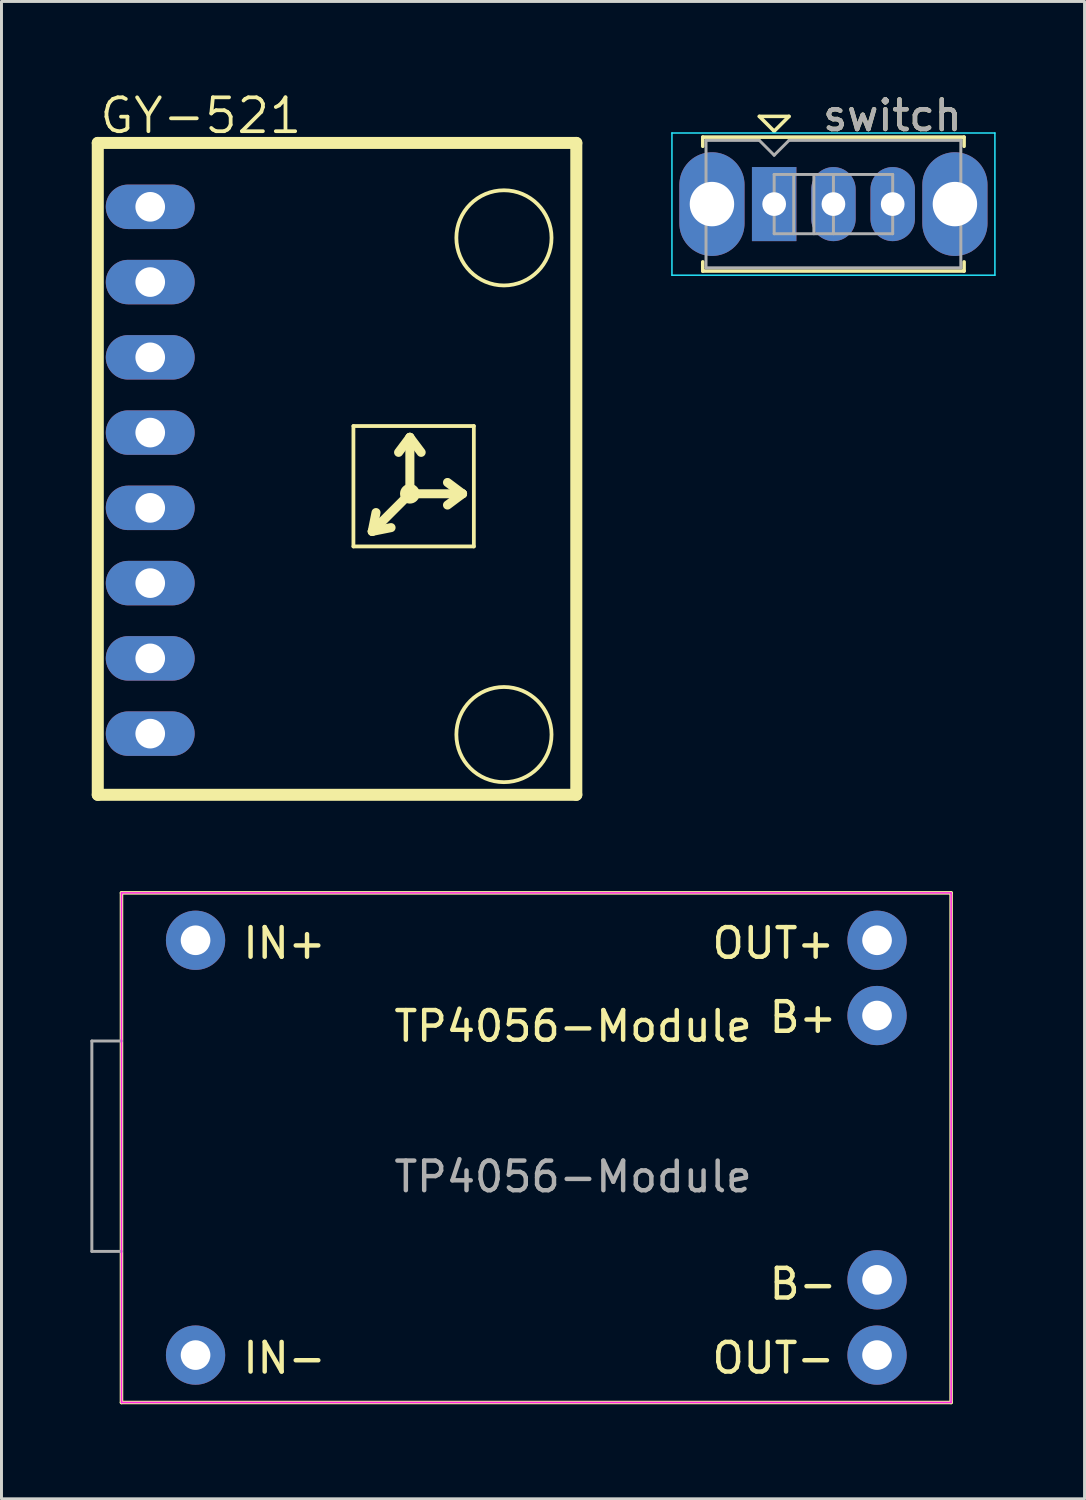
<source format=kicad_pcb>
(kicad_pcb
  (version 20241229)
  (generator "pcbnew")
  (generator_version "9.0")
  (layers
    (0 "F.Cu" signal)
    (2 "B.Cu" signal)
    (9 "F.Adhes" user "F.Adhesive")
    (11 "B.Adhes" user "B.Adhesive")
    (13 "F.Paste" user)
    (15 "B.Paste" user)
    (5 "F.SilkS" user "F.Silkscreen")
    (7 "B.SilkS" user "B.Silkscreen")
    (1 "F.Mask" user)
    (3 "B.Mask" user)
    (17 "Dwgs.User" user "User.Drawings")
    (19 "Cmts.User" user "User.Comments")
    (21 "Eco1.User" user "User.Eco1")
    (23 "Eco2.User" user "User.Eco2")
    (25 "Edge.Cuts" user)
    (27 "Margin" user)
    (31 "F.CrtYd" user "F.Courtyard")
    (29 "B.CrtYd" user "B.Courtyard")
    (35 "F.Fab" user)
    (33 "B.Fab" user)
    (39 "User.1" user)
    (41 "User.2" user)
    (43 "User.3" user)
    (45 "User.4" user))
  (footprint "switch"
    (layer "F.Cu")
    (at 23.078 3.838)
    (property "Reference" "switch" (at 3.99 -2.99 0) (layer "F.SilkS") (effects (font (size 1 1) (thickness 0.15))))
    (attr through_hole)
    (fp_line (start -2.41 -2.26) (end 6.41 -2.26) (stroke (width 0.12) (type solid)) (layer "F.SilkS"))
    (fp_line (start -2.41 -1.95) (end -2.41 -2.26) (stroke (width 0.12) (type solid)) (layer "F.SilkS"))
    (fp_line (start -2.41 2.26) (end -2.41 1.95) (stroke (width 0.12) (type solid)) (layer "F.SilkS"))
    (fp_line (start -0.5 -2.96) (end 0 -2.46) (stroke (width 0.12) (type solid)) (layer "F.SilkS"))
    (fp_line (start 0 -2.46) (end 0.5 -2.96) (stroke (width 0.12) (type solid)) (layer "F.SilkS"))
    (fp_line (start 0.5 -2.96) (end -0.5 -2.96) (stroke (width 0.12) (type solid)) (layer "F.SilkS"))
    (fp_line (start 6.41 -2.26) (end 6.41 -1.95) (stroke (width 0.12) (type solid)) (layer "F.SilkS"))
    (fp_line (start 6.41 2.26) (end -2.41 2.26) (stroke (width 0.12) (type solid)) (layer "F.SilkS"))
    (fp_line (start 6.41 2.26) (end 6.41 1.95) (stroke (width 0.12) (type solid)) (layer "F.SilkS"))
    (fp_line (start -3.45 -2.4) (end 7.45 -2.4) (stroke (width 0.05) (type solid)) (layer "B.CrtYd"))
    (fp_line (start -3.45 2.4) (end -3.45 -2.4) (stroke (width 0.05) (type solid)) (layer "B.CrtYd"))
    (fp_line (start 7.45 -2.4) (end 7.45 2.4) (stroke (width 0.05) (type solid)) (layer "B.CrtYd"))
    (fp_line (start 7.45 2.4) (end -3.45 2.4) (stroke (width 0.05) (type solid)) (layer "B.CrtYd"))
    (fp_line (start -2.3 -2.15) (end -0.5 -2.15) (stroke (width 0.1) (type solid)) (layer "F.Fab"))
    (fp_line (start -2.3 2.15) (end -2.3 -2.15) (stroke (width 0.1) (type solid)) (layer "F.Fab"))
    (fp_line (start -0.5 -2.15) (end 0 -1.65) (stroke (width 0.1) (type solid)) (layer "F.Fab"))
    (fp_line (start 0 -1.65) (end 0.5 -2.15) (stroke (width 0.1) (type solid)) (layer "F.Fab"))
    (fp_line (start 0 -1) (end 0 1) (stroke (width 0.1) (type solid)) (layer "F.Fab"))
    (fp_line (start 0 -1) (end 4 -1) (stroke (width 0.1) (type solid)) (layer "F.Fab"))
    (fp_line (start 0 1) (end 4 1) (stroke (width 0.1) (type solid)) (layer "F.Fab"))
    (fp_line (start 0.5 -2.15) (end 6.3 -2.15) (stroke (width 0.1) (type solid)) (layer "F.Fab"))
    (fp_line (start 0.66 -1) (end 0.66 1) (stroke (width 0.1) (type solid)) (layer "F.Fab"))
    (fp_line (start 1.34 -1) (end 1.34 1) (stroke (width 0.1) (type solid)) (layer "F.Fab"))
    (fp_line (start 2 -1) (end 2 1) (stroke (width 0.1) (type solid)) (layer "F.Fab"))
    (fp_line (start 4 -1) (end 4 1) (stroke (width 0.1) (type solid)) (layer "F.Fab"))
    (fp_line (start 6.3 -2.15) (end 6.3 2.15) (stroke (width 0.1) (type solid)) (layer "F.Fab"))
    (fp_line (start 6.3 2.15) (end -2.3 2.15) (stroke (width 0.1) (type solid)) (layer "F.Fab"))
    (fp_text user "${REFERENCE}" (at 3.99 -2.99 0) (layer "F.Fab") (effects (font (size 1 1) (thickness 0.15))))
    (pad "" thru_hole oval (at -2.1 0) (size 2.2 3.5) (drill 1.5) (layers "*.Cu" "*.Mask"))
    (pad "" thru_hole oval (at 6.1 0) (size 2.2 3.5) (drill 1.5) (layers "*.Cu" "*.Mask"))
    (pad "1" thru_hole rect (at 0 0) (size 1.5 2.5) (drill 0.8) (layers "*.Cu" "*.Mask"))
    (pad "2" thru_hole oval (at 2 0) (size 1.5 2.5) (drill 0.8) (layers "*.Cu" "*.Mask"))
    (pad "3" thru_hole oval (at 4 0) (size 1.5 2.5) (drill 0.8) (layers "*.Cu" "*.Mask")))
  (footprint "GY-521"
    (layer "F.Cu")
    (at 0.25 23.774)
    (property "Reference" "GY-521" (at -0.008 -22.25 0) (unlocked yes) (layer "F.SilkS") (effects (font (size 1.143 1.143) (thickness 0.127)) (justify left bottom)))
    (fp_line (start 0 -22) (end 0 0) (stroke (width 0.406) (type solid)) (layer "F.SilkS"))
    (fp_line (start 0 0) (end 16.15 0) (stroke (width 0.406) (type solid)) (layer "F.SilkS"))
    (fp_line (start 8.628 -12.446) (end 8.628 -8.382) (stroke (width 0.127) (type solid)) (layer "F.SilkS"))
    (fp_line (start 8.628 -8.382) (end 12.692 -8.382) (stroke (width 0.127) (type solid)) (layer "F.SilkS"))
    (fp_line (start 9.263 -8.89) (end 9.39 -9.525) (stroke (width 0.305) (type solid)) (layer "F.SilkS"))
    (fp_line (start 9.263 -8.89) (end 9.898 -9.017) (stroke (width 0.305) (type solid)) (layer "F.SilkS"))
    (fp_line (start 10.533 -12.065) (end 10.152 -11.557) (stroke (width 0.305) (type solid)) (layer "F.SilkS"))
    (fp_line (start 10.533 -10.16) (end 9.263 -8.89) (stroke (width 0.305) (type solid)) (layer "F.SilkS"))
    (fp_line (start 10.533 -10.16) (end 10.533 -12.065) (stroke (width 0.305) (type solid)) (layer "F.SilkS"))
    (fp_line (start 10.533 -10.16) (end 12.311 -10.16) (stroke (width 0.305) (type solid)) (layer "F.SilkS"))
    (fp_line (start 10.914 -11.557) (end 10.533 -12.065) (stroke (width 0.305) (type solid)) (layer "F.SilkS"))
    (fp_line (start 11.803 -10.541) (end 12.311 -10.16) (stroke (width 0.305) (type solid)) (layer "F.SilkS"))
    (fp_line (start 12.311 -10.16) (end 11.803 -9.779) (stroke (width 0.305) (type solid)) (layer "F.SilkS"))
    (fp_line (start 12.692 -12.446) (end 8.628 -12.446) (stroke (width 0.127) (type solid)) (layer "F.SilkS"))
    (fp_line (start 12.692 -8.382) (end 12.692 -12.446) (stroke (width 0.127) (type solid)) (layer "F.SilkS"))
    (fp_line (start 16.15 -22) (end 0 -22) (stroke (width 0.406) (type solid)) (layer "F.SilkS"))
    (fp_line (start 16.15 0) (end 16.15 -22) (stroke (width 0.406) (type solid)) (layer "F.SilkS"))
    (fp_circle (center 10.533 -10.16) (end 10.713 -10.16) (stroke (width 0.305) (type solid)) (fill no) (layer "F.SilkS"))
    (fp_circle (center 13.708 -18.796) (end 15.314 -18.796) (stroke (width 0.127) (type solid)) (fill no) (layer "F.SilkS"))
    (fp_circle (center 13.708 -2.032) (end 15.314 -2.032) (stroke (width 0.127) (type solid)) (fill no) (layer "F.SilkS"))
    (pad "AD0" thru_hole oval (at 1.77 -4.604) (size 3 1.5) (drill 1) (layers "*.Cu" "*.Mask"))
    (pad "GND" thru_hole oval (at 1.77 -17.304) (size 3 1.5) (drill 1) (layers "*.Cu" "*.Mask"))
    (pad "INT" thru_hole oval (at 1.77 -2.064) (size 3 1.5) (drill 1) (layers "*.Cu" "*.Mask"))
    (pad "SCL" thru_hole oval (at 1.77 -14.764) (size 3 1.5) (drill 1) (layers "*.Cu" "*.Mask"))
    (pad "SDA" thru_hole oval (at 1.77 -12.224) (size 3 1.5) (drill 1) (layers "*.Cu" "*.Mask"))
    (pad "VCC" thru_hole oval (at 1.77 -19.844) (size 3 1.5) (drill 1) (layers "*.Cu" "*.Mask"))
    (pad "XCL" thru_hole oval (at 1.77 -7.144) (size 3 1.5) (drill 1) (layers "*.Cu" "*.Mask"))
    (pad "XDA" thru_hole oval (at 1.77 -9.684) (size 3 1.5) (drill 1) (layers "*.Cu" "*.Mask")))
  (footprint "TP4056-Module"
    (layer "F.Cu")
    (at 1.05 44.284)
    (property "Reference" "TP4056-Module" (at 15.24 -12.7 0) (unlocked yes) (layer "F.SilkS") (effects (font (size 1 1) (thickness 0.15))))
    (attr smd)
    (fp_line (start 0 -17.2) (end 0 0) (stroke (width 0.12) (type solid)) (layer "F.SilkS"))
    (fp_line (start 0 -17.2) (end 28 -17.2) (stroke (width 0.12) (type solid)) (layer "F.SilkS"))
    (fp_line (start 0 0) (end 28 0) (stroke (width 0.12) (type solid)) (layer "F.SilkS"))
    (fp_line (start 28 -17.2) (end 28 0) (stroke (width 0.12) (type solid)) (layer "F.SilkS"))
    (fp_line (start 0 -17.2) (end 28 -17.2) (stroke (width 0.05) (type solid)) (layer "F.CrtYd"))
    (fp_line (start 0 0) (end 0 -17.2) (stroke (width 0.05) (type solid)) (layer "F.CrtYd"))
    (fp_line (start 28 -17.2) (end 28 0) (stroke (width 0.05) (type solid)) (layer "F.CrtYd"))
    (fp_line (start 28 0) (end 0 0) (stroke (width 0.05) (type solid)) (layer "F.CrtYd"))
    (fp_line (start -1 -12.2) (end -1 -5.1) (stroke (width 0.1) (type solid)) (layer "F.Fab"))
    (fp_line (start -1 -5.1) (end 0 -5.1) (stroke (width 0.1) (type solid)) (layer "F.Fab"))
    (fp_line (start 0 -12.2) (end -1 -12.2) (stroke (width 0.1) (type solid)) (layer "F.Fab"))
    (fp_text user "B-" (at 23 -4 0) (unlocked yes) (layer "F.SilkS") (effects (font (size 1 1) (thickness 0.15))))
    (fp_text user "OUT+" (at 22 -15.5 0) (unlocked yes) (layer "F.SilkS") (effects (font (size 1 1) (thickness 0.15))))
    (fp_text user "IN-" (at 5.5 -1.5 0) (unlocked yes) (layer "F.SilkS") (effects (font (size 1 1) (thickness 0.15))))
    (fp_text user "B+" (at 23 -13 0) (unlocked yes) (layer "F.SilkS") (effects (font (size 1 1) (thickness 0.15))))
    (fp_text user "IN+" (at 5.5 -15.5 0) (unlocked yes) (layer "F.SilkS") (effects (font (size 1 1) (thickness 0.15))))
    (fp_text user "OUT-" (at 22 -1.5 0) (unlocked yes) (layer "F.SilkS") (effects (font (size 1 1) (thickness 0.15))))
    (fp_text user "${REFERENCE}" (at 15.24 -7.62 0) (unlocked yes) (layer "F.Fab") (effects (font (size 1 1) (thickness 0.15))))
    (pad "1" thru_hole circle (at 2.5 -15.6) (size 2 2) (drill 1) (layers "*.Cu" "*.Mask"))
    (pad "2" thru_hole circle (at 2.5 -1.6) (size 2 2) (drill 1) (layers "*.Cu" "*.Mask"))
    (pad "3" thru_hole circle (at 25.5 -13.06) (size 2 2) (drill 1) (layers "*.Cu" "*.Mask"))
    (pad "4" thru_hole circle (at 25.5 -4.14) (size 2 2) (drill 1) (layers "*.Cu" "*.Mask"))
    (pad "5" thru_hole circle (at 25.5 -15.6) (size 2 2) (drill 1) (layers "*.Cu" "*.Mask"))
    (pad "6" thru_hole circle (at 25.5 -1.6) (size 2 2) (drill 1) (layers "*.Cu" "*.Mask")))
  (gr_rect
    (start -3 -3)
    (end 33.553 47.534)
    (stroke (width 0.1) (type default))
    (fill no)
    (layer "Edge.Cuts")))
</source>
